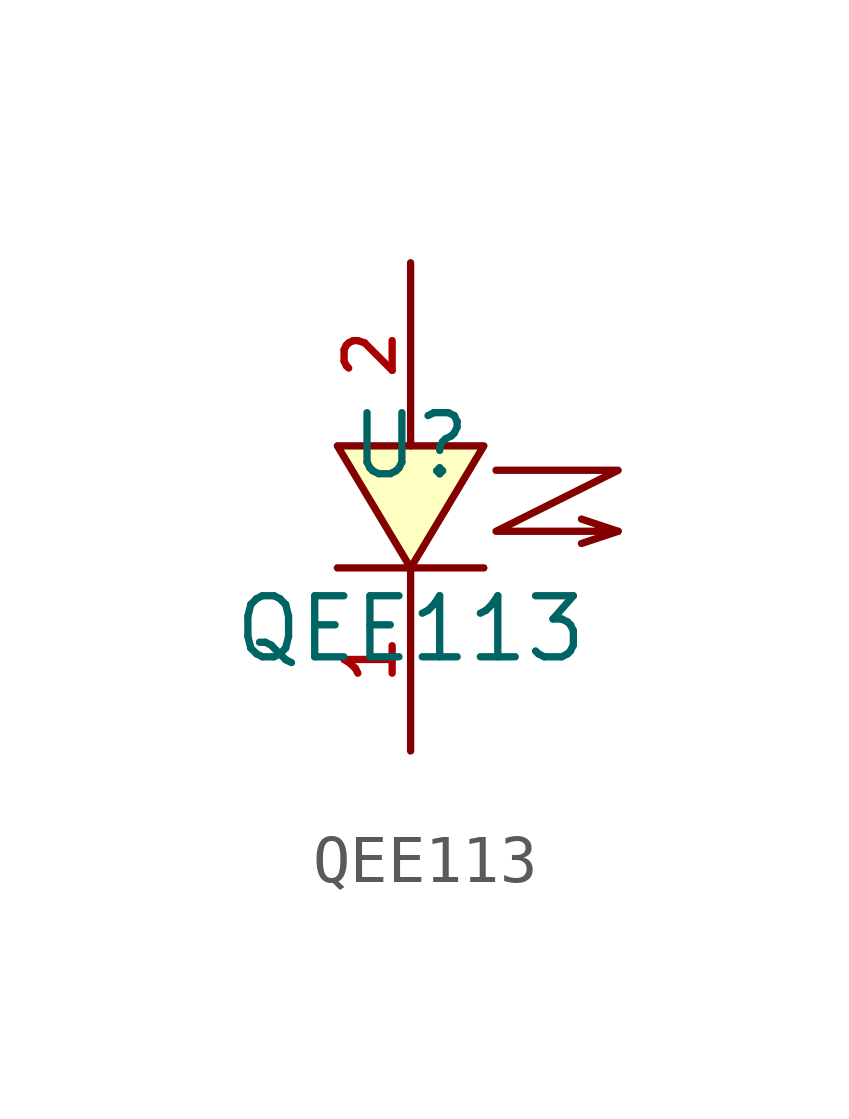
<source format=kicad_sym>
(kicad_symbol_lib
  (version 20210201)
  (generator TousstNicolas/JLC2KiCad_lib)
  (symbol "QEE113"
    (pin_names hide)
    (property "Reference" "U"
      (at 0 1.27 0)
      (effects (font (size 1.27 1.27))))
    (property "Value" "QEE113"
      (at 0 -2.54 0)
      (effects (font (size 1.27 1.27))))
    (symbol "QEE113_0_1"
      (polyline (pts (xy -1.524 1.27) (xy 0.0 -1.27) (xy 1.524 1.27) (xy -1.524 1.27)) (stroke (width 0) (type default) (color 0 0 0 0)) (fill (type background)))
      (pin unspecified line (at 0.0 -5.08 90) (length 3.81) (name "C" (effects (font (size 1 1)))) (number "1" (effects (font (size 1 1)))))
      (pin unspecified line (at 0.0 5.08 270) (length 3.81) (name "A" (effects (font (size 1 1)))) (number "2" (effects (font (size 1 1)))))
      (polyline (pts (xy 1.524 -1.27) (xy -1.524 -1.27)) (stroke (width 0) (type default) (color 0 0 0 0)) (fill (type none)))
      (polyline (pts (xy 1.778 0.762) (xy 4.318 0.762) (xy 1.778 -0.508) (xy 4.318 -0.508) (xy 3.556 -0.254)) (stroke (width 0) (type default) (color 0 0 0 0)) (fill (type none)))
      (polyline (pts (xy 4.318 -0.508) (xy 3.556 -0.762)) (stroke (width 0) (type default) (color 0 0 0 0)) (fill (type none))))))
</source>
